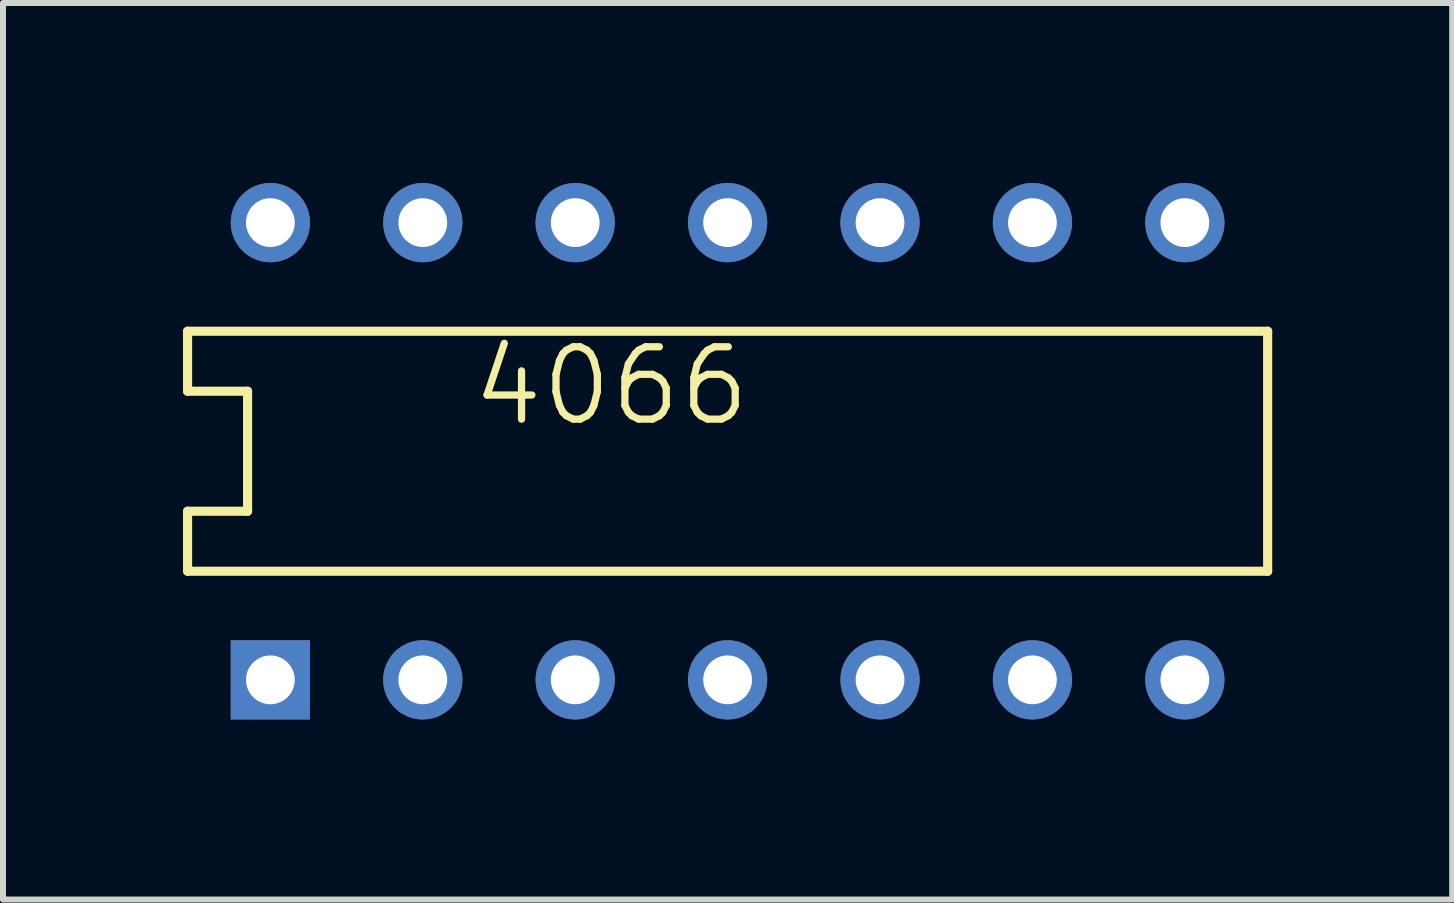
<source format=kicad_pcb>
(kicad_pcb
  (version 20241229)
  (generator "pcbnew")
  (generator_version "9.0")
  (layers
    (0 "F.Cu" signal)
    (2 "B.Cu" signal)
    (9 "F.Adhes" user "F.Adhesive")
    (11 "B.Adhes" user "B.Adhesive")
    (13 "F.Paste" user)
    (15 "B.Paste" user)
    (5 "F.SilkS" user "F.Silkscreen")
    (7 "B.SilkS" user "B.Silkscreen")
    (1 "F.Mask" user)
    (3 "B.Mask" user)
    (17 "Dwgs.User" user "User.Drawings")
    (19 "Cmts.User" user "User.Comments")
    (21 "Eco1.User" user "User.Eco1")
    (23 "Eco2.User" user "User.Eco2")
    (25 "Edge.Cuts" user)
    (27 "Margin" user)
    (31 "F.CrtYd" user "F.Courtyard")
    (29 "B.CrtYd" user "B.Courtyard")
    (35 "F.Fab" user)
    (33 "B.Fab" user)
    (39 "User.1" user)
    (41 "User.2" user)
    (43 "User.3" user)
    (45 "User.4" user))
  (footprint "4066"
    (layer "F.Cu")
    (at 1.456 8.28)
    (property "Reference" "4066" (at 3.302 -4.191 0) (layer "F.SilkS") (effects (font (size 1.206 1.206) (thickness 0.121)) (justify left bottom)))
    (attr through_hole)
    (fp_line (start -1.38 -5.81) (end -1.38 -4.81) (stroke (width 0.152) (type solid)) (layer "F.SilkS"))
    (fp_line (start -1.38 -4.81) (end -0.38 -4.81) (stroke (width 0.152) (type solid)) (layer "F.SilkS"))
    (fp_line (start -1.38 -2.81) (end -0.38 -2.81) (stroke (width 0.152) (type solid)) (layer "F.SilkS"))
    (fp_line (start -1.38 -1.81) (end -1.38 -2.81) (stroke (width 0.152) (type solid)) (layer "F.SilkS"))
    (fp_line (start -1.38 -1.81) (end 16.62 -1.81) (stroke (width 0.152) (type solid)) (layer "F.SilkS"))
    (fp_line (start -0.38 -2.81) (end -0.38 -4.81) (stroke (width 0.152) (type solid)) (layer "F.SilkS"))
    (fp_line (start 16.62 -5.81) (end -1.38 -5.81) (stroke (width 0.152) (type solid)) (layer "F.SilkS"))
    (fp_line (start 16.62 -5.81) (end 16.62 -1.81) (stroke (width 0.152) (type solid)) (layer "F.SilkS"))
    (pad "1" thru_hole rect (at 0 0 90) (size 1.321 1.321) (drill 0.813) (layers "*.Cu" "*.Mask"))
    (pad "2" thru_hole circle (at 2.54 0 90) (size 1.321 1.321) (drill 0.813) (layers "*.Cu" "*.Mask"))
    (pad "3" thru_hole circle (at 5.08 0 90) (size 1.321 1.321) (drill 0.813) (layers "*.Cu" "*.Mask"))
    (pad "4" thru_hole circle (at 7.62 0 90) (size 1.321 1.321) (drill 0.813) (layers "*.Cu" "*.Mask"))
    (pad "5" thru_hole circle (at 10.16 0 90) (size 1.321 1.321) (drill 0.813) (layers "*.Cu" "*.Mask"))
    (pad "6" thru_hole circle (at 12.7 0 90) (size 1.321 1.321) (drill 0.813) (layers "*.Cu" "*.Mask"))
    (pad "7" thru_hole circle (at 15.24 0 90) (size 1.321 1.321) (drill 0.813) (layers "*.Cu" "*.Mask"))
    (pad "8" thru_hole circle (at 15.24 -7.62 90) (size 1.321 1.321) (drill 0.813) (layers "*.Cu" "*.Mask"))
    (pad "9" thru_hole circle (at 12.7 -7.62 90) (size 1.321 1.321) (drill 0.813) (layers "*.Cu" "*.Mask"))
    (pad "10" thru_hole circle (at 10.16 -7.62 90) (size 1.321 1.321) (drill 0.813) (layers "*.Cu" "*.Mask"))
    (pad "11" thru_hole circle (at 7.62 -7.62 90) (size 1.321 1.321) (drill 0.813) (layers "*.Cu" "*.Mask"))
    (pad "12" thru_hole circle (at 5.08 -7.62 90) (size 1.321 1.321) (drill 0.813) (layers "*.Cu" "*.Mask"))
    (pad "13" thru_hole circle (at 2.54 -7.62 90) (size 1.321 1.321) (drill 0.813) (layers "*.Cu" "*.Mask"))
    (pad "14" thru_hole circle (at 0 -7.62 90) (size 1.321 1.321) (drill 0.813) (layers "*.Cu" "*.Mask")))
  (gr_rect
    (start -3 -3)
    (end 21.152 11.941)
    (stroke (width 0.1) (type default))
    (fill no)
    (layer "Edge.Cuts")))
</source>
